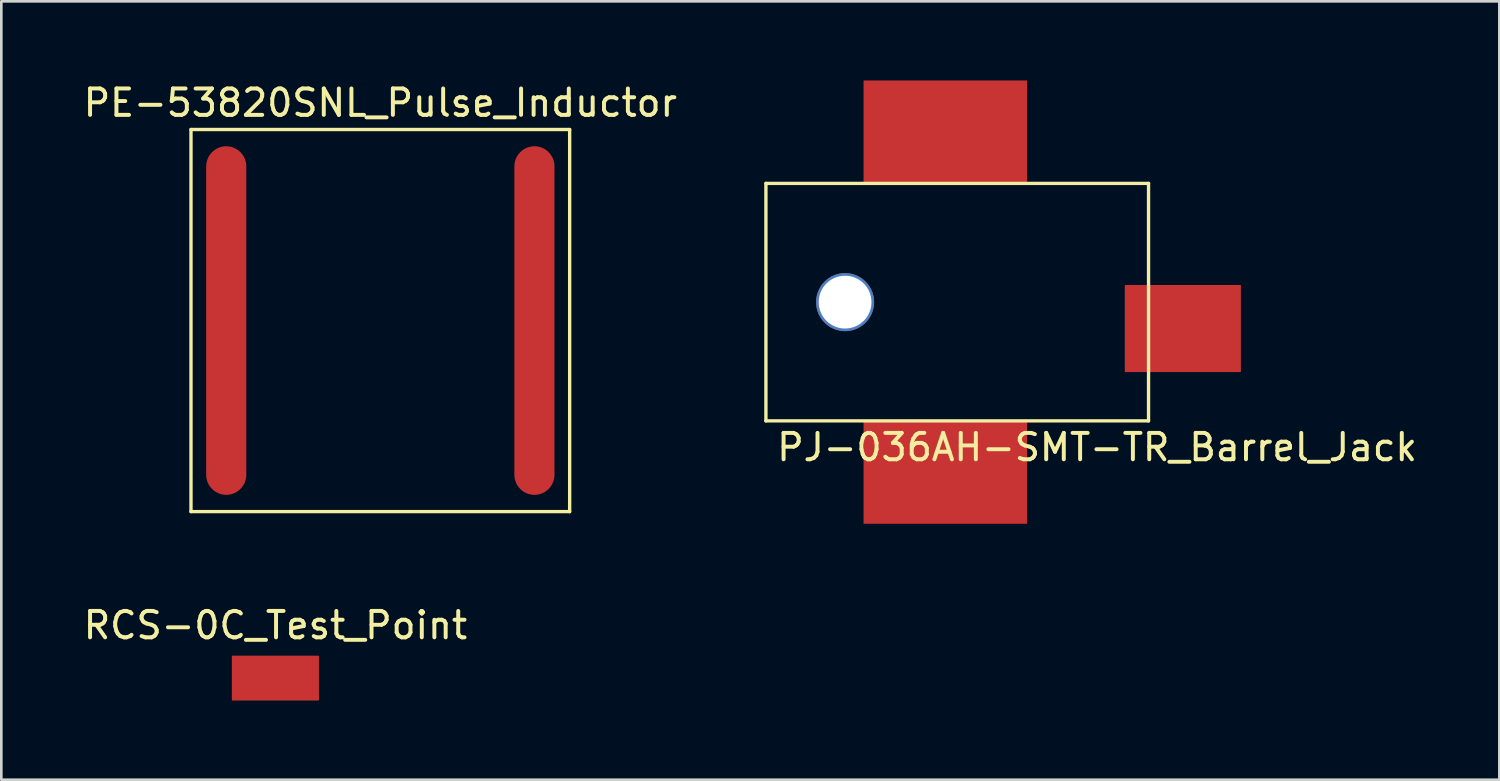
<source format=kicad_pcb>
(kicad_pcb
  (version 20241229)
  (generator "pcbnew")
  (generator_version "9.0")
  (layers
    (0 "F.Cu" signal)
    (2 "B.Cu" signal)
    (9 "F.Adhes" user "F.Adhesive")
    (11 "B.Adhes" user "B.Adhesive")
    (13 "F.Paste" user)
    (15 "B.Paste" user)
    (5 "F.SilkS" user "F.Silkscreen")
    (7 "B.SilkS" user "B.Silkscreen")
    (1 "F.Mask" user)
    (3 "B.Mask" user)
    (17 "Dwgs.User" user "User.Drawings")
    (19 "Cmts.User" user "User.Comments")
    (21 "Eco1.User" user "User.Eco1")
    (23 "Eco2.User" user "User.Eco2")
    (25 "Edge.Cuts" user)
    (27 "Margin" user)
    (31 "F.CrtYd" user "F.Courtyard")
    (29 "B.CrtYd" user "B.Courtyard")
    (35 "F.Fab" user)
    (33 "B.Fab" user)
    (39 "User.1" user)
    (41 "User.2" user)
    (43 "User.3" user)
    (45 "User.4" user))
  (footprint "PE-53820SNL_Pulse_Inductor"
    (layer "F.Cu")
    (at 11.363 9.098)
    (property "Reference" "PE-53820SNL_Pulse_Inductor" (at 0 -8.25 0) (layer "F.SilkS") (effects (font (size 1 1) (thickness 0.15))))
    (attr through_hole)
    (fp_line (start -7.175 -7.24) (end 7.175 -7.24) (stroke (width 0.127) (type solid)) (layer "F.SilkS"))
    (fp_line (start -7.175 7.24) (end -7.175 -7.24) (stroke (width 0.127) (type solid)) (layer "F.SilkS"))
    (fp_line (start 7.175 -7.24) (end 7.175 7.24) (stroke (width 0.127) (type solid)) (layer "F.SilkS"))
    (fp_line (start 7.175 7.24) (end -7.175 7.24) (stroke (width 0.127) (type solid)) (layer "F.SilkS"))
    (pad "1" smd oval (at -5.84 0) (size 1.52 13.21) (layers "F.Cu" "F.Mask" "F.Paste"))
    (pad "2" smd oval (at 5.84 0) (size 1.52 13.21) (layers "F.Cu" "F.Mask" "F.Paste")))
  (footprint "PJ-036AH-SMT-TR_Barrel_Jack"
    (layer "F.Cu")
    (at 25.976 8.4)
    (property "Reference" "PJ-036AH-SMT-TR_Barrel_Jack" (at 12.55 5.5 0) (layer "F.SilkS") (effects (font (size 1 1) (thickness 0.15))))
    (attr through_hole)
    (fp_line (start 0 -4.5) (end 0 4.5) (stroke (width 0.127) (type solid)) (layer "F.SilkS"))
    (fp_line (start 0 4.5) (end 14.5 4.5) (stroke (width 0.127) (type solid)) (layer "F.SilkS"))
    (fp_line (start 14.5 -4.5) (end 0 -4.5) (stroke (width 0.127) (type solid)) (layer "F.SilkS"))
    (fp_line (start 14.5 4.5) (end 14.5 -4.5) (stroke (width 0.127) (type solid)) (layer "F.SilkS"))
    (pad "" thru_hole circle (at 3 0) (size 2.2 2.2) (drill 2) (layers "*.Cu" "*.Mask"))
    (pad "1" smd rect (at 15.8 1) (size 4.4 3.3) (layers "F.Cu" "F.Mask" "F.Paste"))
    (pad "2" smd rect (at 6.8 -6.45) (size 6.2 3.9) (layers "F.Cu" "F.Mask" "F.Paste"))
    (pad "3" smd rect (at 6.8 6.45) (size 6.2 3.9) (layers "F.Cu" "F.Mask" "F.Paste")))
  (footprint "RCS-0C_Test_Point"
    (layer "F.Cu")
    (at 7.387 22.648)
    (property "Reference" "RCS-0C_Test_Point" (at 0 -2 0) (layer "F.SilkS") (effects (font (size 1 1) (thickness 0.15))))
    (attr through_hole)
    (pad "1" smd rect (at 0 0) (size 3.3 1.7) (layers "F.Cu" "F.Mask" "F.Paste")))
  (gr_rect
    (start -3 -3)
    (end 53.77 26.498)
    (stroke (width 0.1) (type default))
    (fill no)
    (layer "Edge.Cuts")))
</source>
